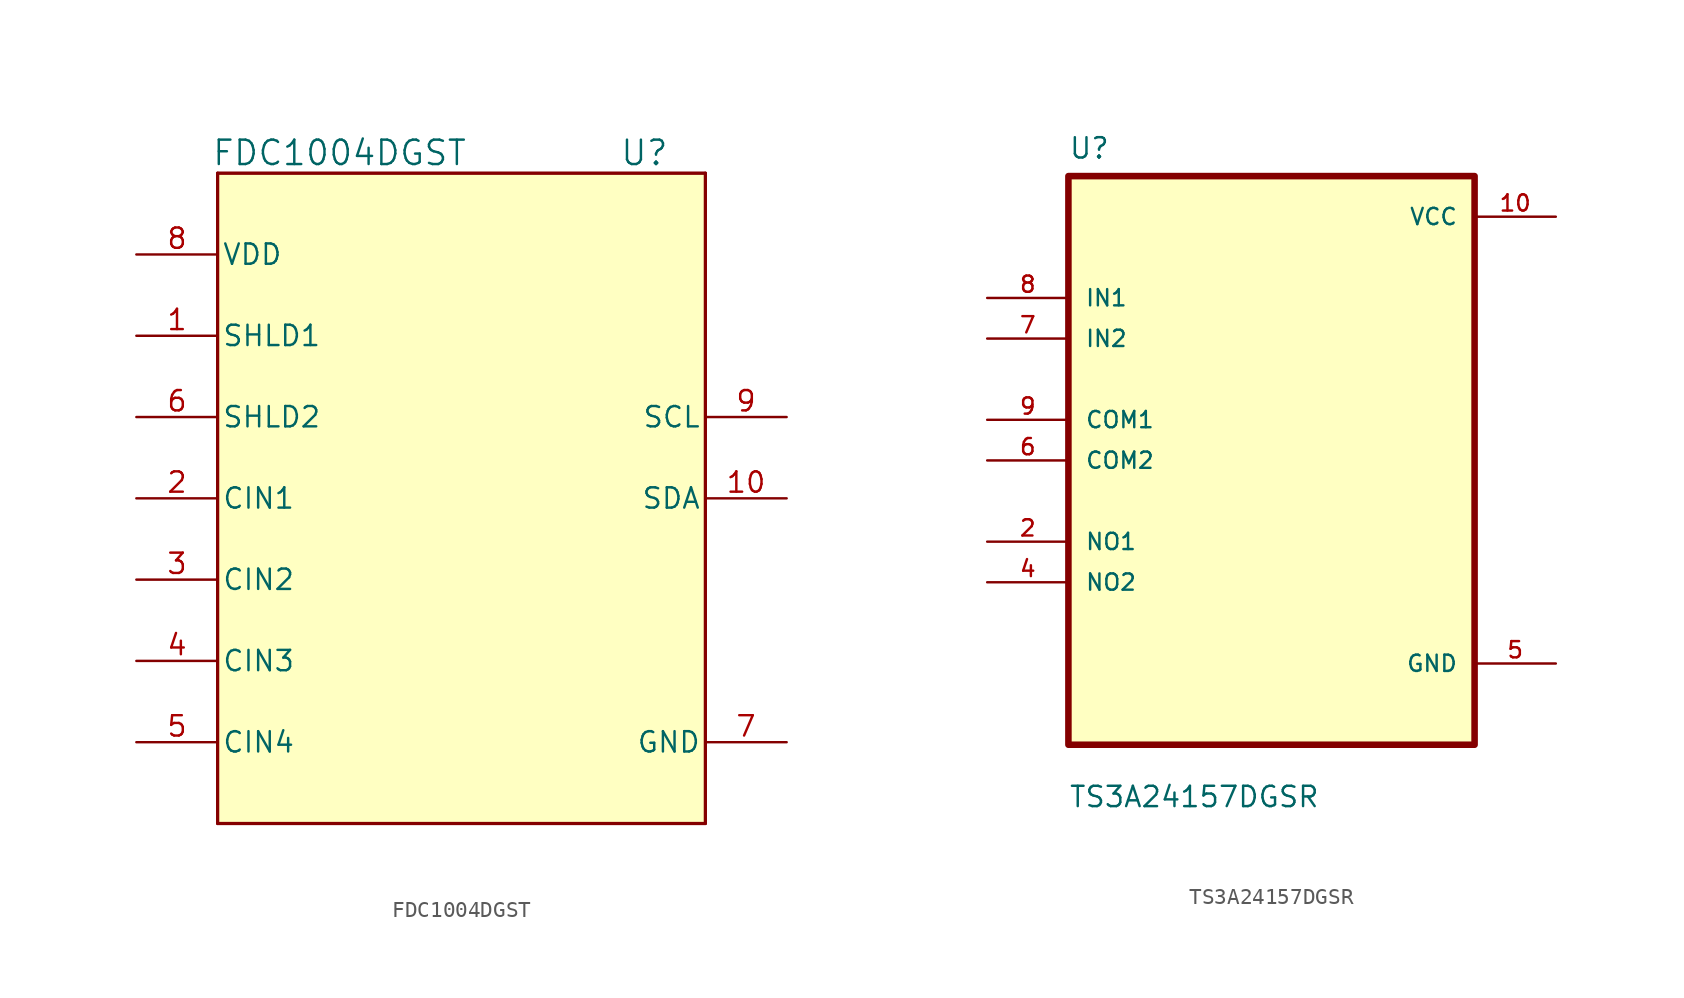
<source format=kicad_sym>
(kicad_symbol_lib
  (version 20220914)
  (generator kicad_symbol_editor)
  (symbol "FDC1004DGST"
    (pin_names
      (offset 0.254))
    (property "Reference" "U"
      (at 11.43 21.59 0)
      (effects (font (size 1.524 1.524))))
    (property "Value" "FDC1004DGST"
      (at -7.62 21.59 0)
      (effects (font (size 1.524 1.524))))
    (property "ki_locked" ""
      (at 0 0 0)
      (effects (font (size 1.27 1.27))))
    (symbol "FDC1004DGST_0_1"
      (polyline (pts (xy -15.24 -20.32) (xy 15.24 -20.32)) (stroke (width 0.203) (type default)) (fill (type none)))
      (polyline (pts (xy -15.24 20.32) (xy -15.24 -20.32)) (stroke (width 0.203) (type default)) (fill (type none)))
      (polyline (pts (xy 15.24 -20.32) (xy 15.24 20.32)) (stroke (width 0.203) (type default)) (fill (type none)))
      (polyline (pts (xy 15.24 20.32) (xy -15.24 20.32)) (stroke (width 0.203) (type default)) (fill (type none)))
      (pin output line (at -20.32 10.16 0) (length 5.08) (name "SHLD1" (effects (font (size 1.27 1.27)))) (number "1" (effects (font (size 1.27 1.27)))))
      (pin bidirectional line (at 20.32 0 180) (length 5.08) (name "SDA" (effects (font (size 1.27 1.27)))) (number "10" (effects (font (size 1.27 1.27)))))
      (pin input line (at -20.32 0 0) (length 5.08) (name "CIN1" (effects (font (size 1.27 1.27)))) (number "2" (effects (font (size 1.27 1.27)))))
      (pin input line (at -20.32 -5.08 0) (length 5.08) (name "CIN2" (effects (font (size 1.27 1.27)))) (number "3" (effects (font (size 1.27 1.27)))))
      (pin input line (at -20.32 -10.16 0) (length 5.08) (name "CIN3" (effects (font (size 1.27 1.27)))) (number "4" (effects (font (size 1.27 1.27)))))
      (pin input line (at -20.32 -15.24 0) (length 5.08) (name "CIN4" (effects (font (size 1.27 1.27)))) (number "5" (effects (font (size 1.27 1.27)))))
      (pin output line (at -20.32 5.08 0) (length 5.08) (name "SHLD2" (effects (font (size 1.27 1.27)))) (number "6" (effects (font (size 1.27 1.27)))))
      (pin power_in line (at 20.32 -15.24 180) (length 5.08) (name "GND" (effects (font (size 1.27 1.27)))) (number "7" (effects (font (size 1.27 1.27)))))
      (pin power_in line (at -20.32 15.24 0) (length 5.08) (name "VDD" (effects (font (size 1.27 1.27)))) (number "8" (effects (font (size 1.27 1.27)))))
      (pin input line (at 20.32 5.08 180) (length 5.08) (name "SCL" (effects (font (size 1.27 1.27)))) (number "9" (effects (font (size 1.27 1.27))))))
    (symbol "FDC1004DGST_1_1"
      (rectangle (start -15.24 20.32) (end 15.24 -20.32) (stroke (width 0) (type default)) (fill (type background)))))
  (symbol "TS3A24157DGSR"
    (pin_names
      (offset 1.016))
    (property "Reference" "U"
      (at -12.7 18.78 0)
      (effects (font (size 1.27 1.27)) (justify left bottom)))
    (property "Value" "TS3A24157DGSR"
      (at -12.7 -21.78 0)
      (effects (font (size 1.27 1.27)) (justify left bottom)))
    (symbol "TS3A24157DGSR_0_0"
      (rectangle (start -12.7 -17.78) (end 12.7 17.78) (stroke (width 0.41) (type default)) (fill (type background)))
      (pin power_in line (at 17.78 15.24 180) (length 5.08) (name "VCC" (effects (font (size 1.016 1.016)))) (number "10" (effects (font (size 1.016 1.016)))))
      (pin bidirectional line (at -17.78 -5.08 0) (length 5.08) (name "NO1" (effects (font (size 1.016 1.016)))) (number "2" (effects (font (size 1.016 1.016)))))
      (pin bidirectional line (at -17.78 -7.62 0) (length 5.08) (name "NO2" (effects (font (size 1.016 1.016)))) (number "4" (effects (font (size 1.016 1.016)))))
      (pin power_in line (at 17.78 -12.7 180) (length 5.08) (name "GND" (effects (font (size 1.016 1.016)))) (number "5" (effects (font (size 1.016 1.016)))))
      (pin bidirectional line (at -17.78 0 0) (length 5.08) (name "COM2" (effects (font (size 1.016 1.016)))) (number "6" (effects (font (size 1.016 1.016)))))
      (pin input line (at -17.78 7.62 0) (length 5.08) (name "IN2" (effects (font (size 1.016 1.016)))) (number "7" (effects (font (size 1.016 1.016)))))
      (pin input line (at -17.78 10.16 0) (length 5.08) (name "IN1" (effects (font (size 1.016 1.016)))) (number "8" (effects (font (size 1.016 1.016)))))
      (pin bidirectional line (at -17.78 2.54 0) (length 5.08) (name "COM1" (effects (font (size 1.016 1.016)))) (number "9" (effects (font (size 1.016 1.016))))))))
</source>
